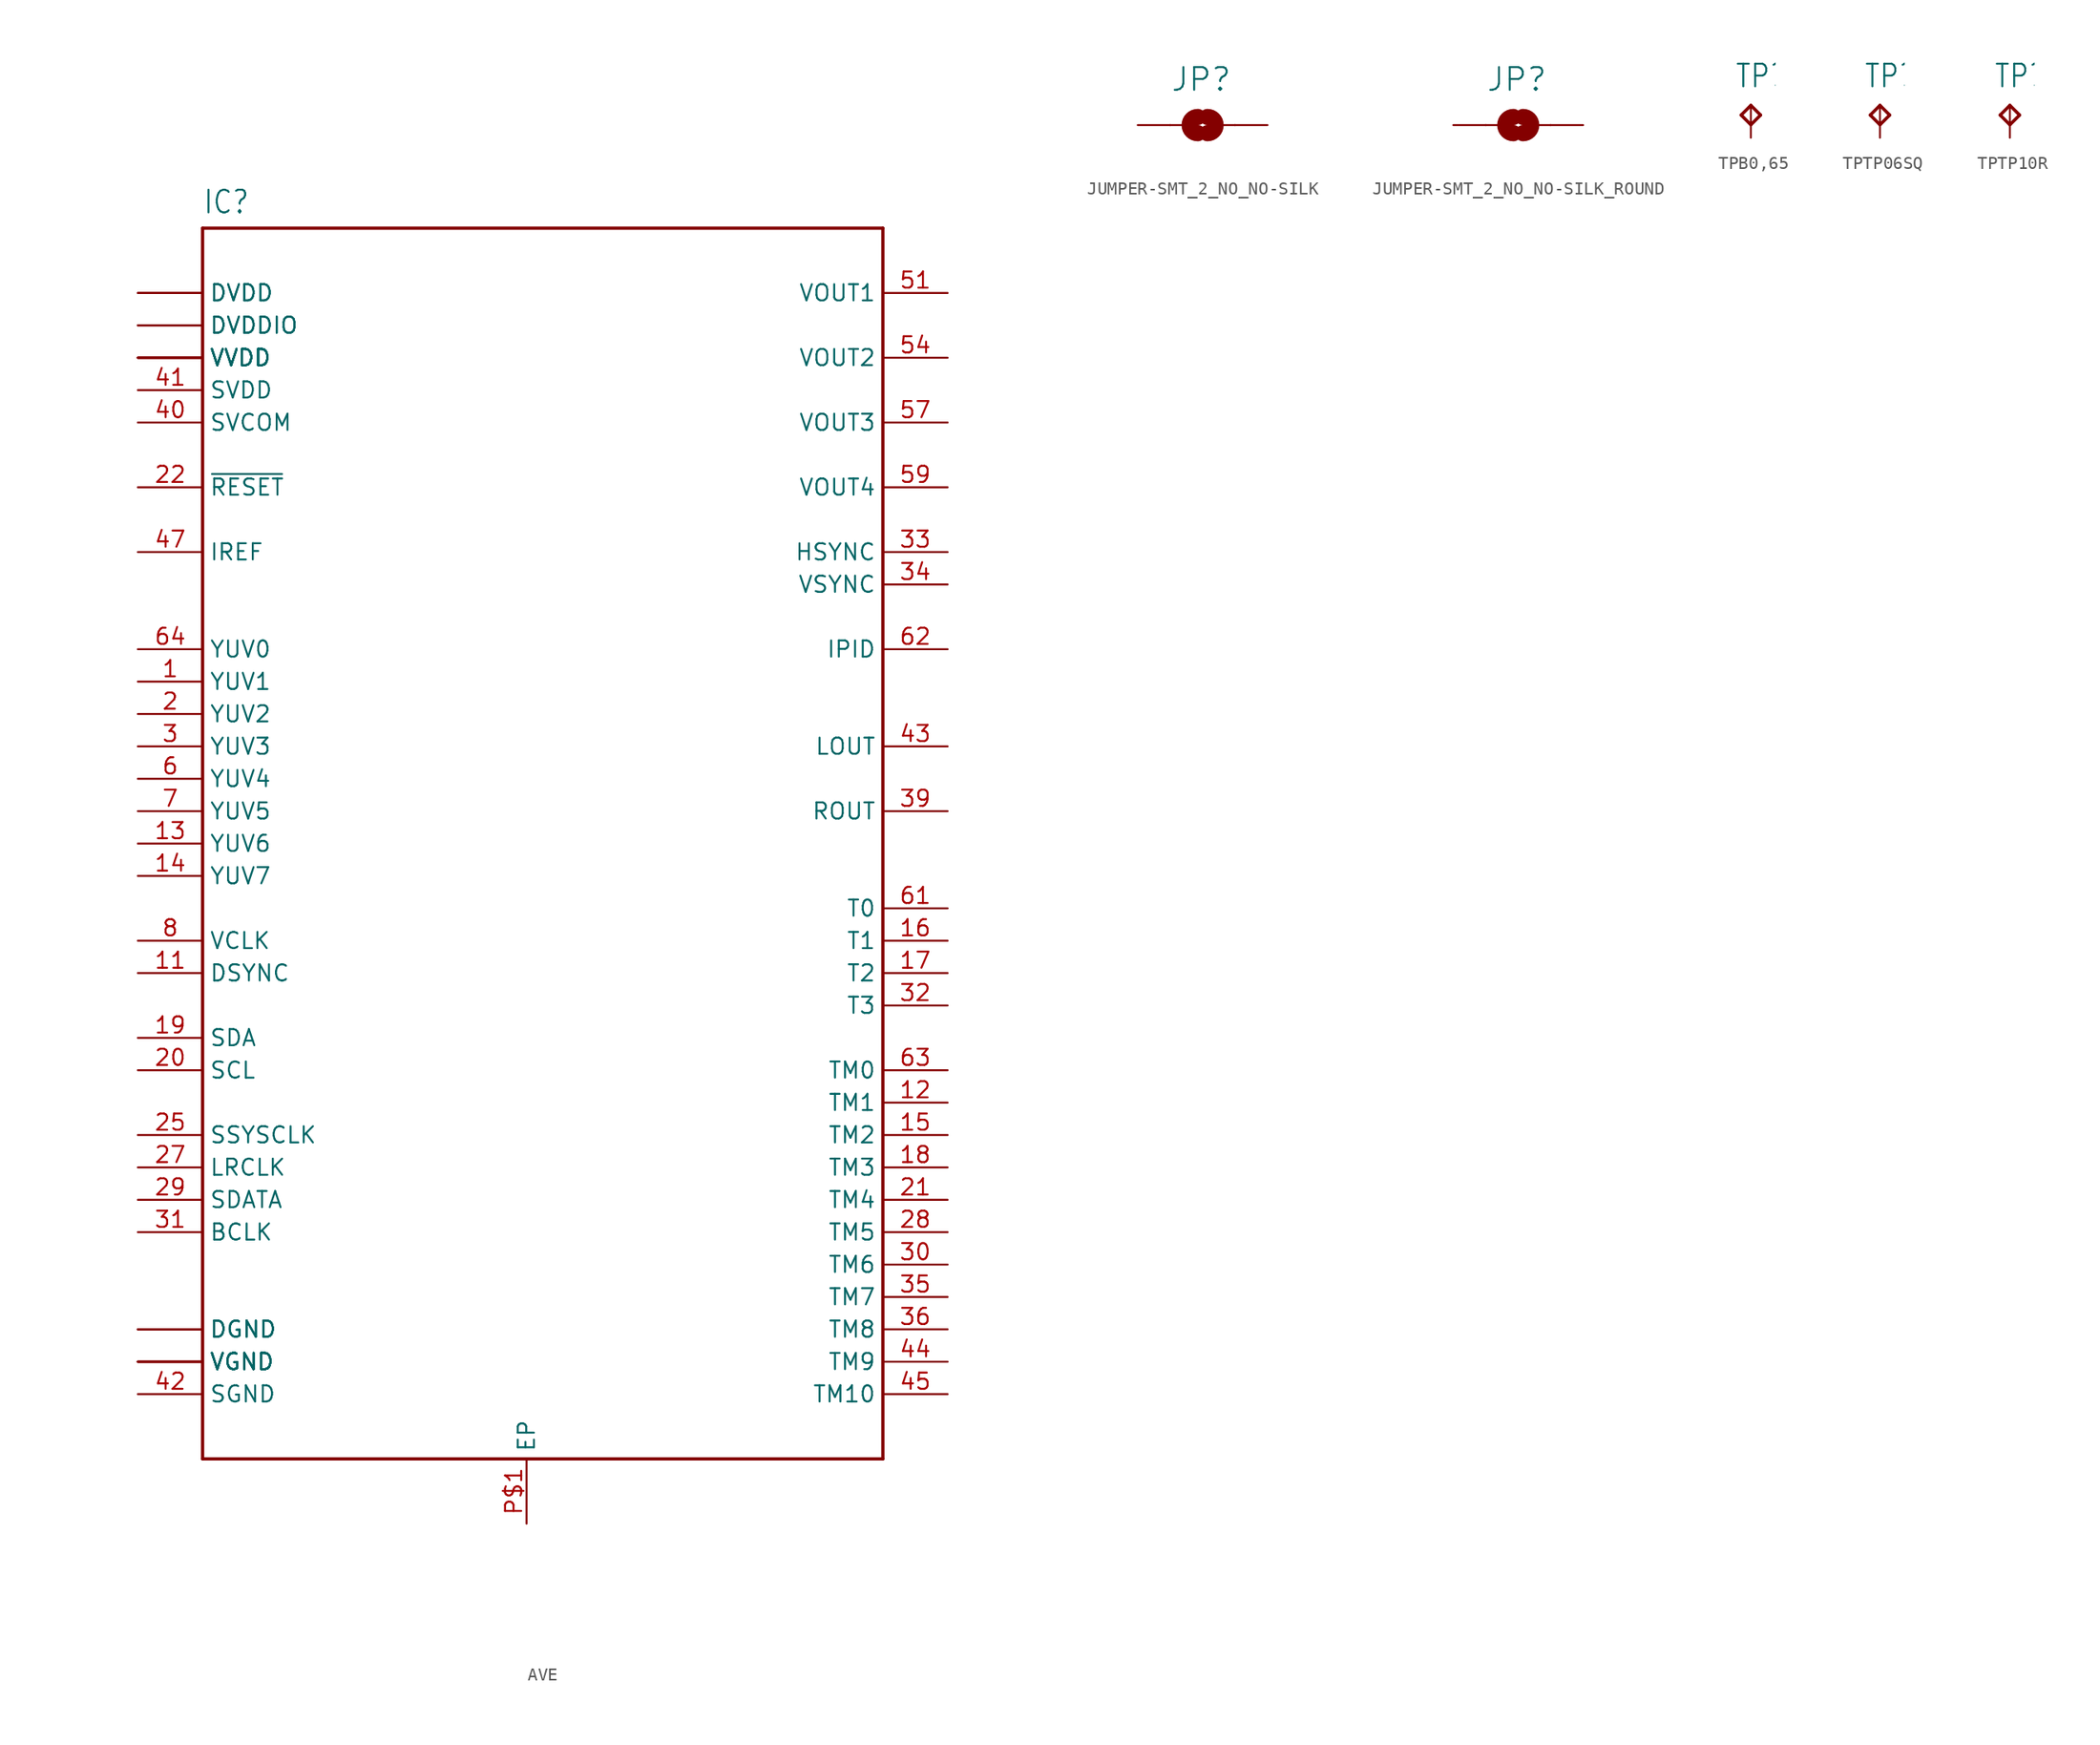
<source format=kicad_sym>
(kicad_symbol_lib
  (version 20231120)
  (generator "kicad_symbol_editor")
  (generator_version "8.99")
  (symbol "AVE"
    (property "Reference" "IC"
      (at -25.4 49.276 0)
      (effects (font (size 1.778 1.511)) (justify left bottom)))
    (property "Value" ""
      (at -25.908 -51.308 0)
      (effects (font (size 1.778 1.511)) (justify left bottom)))
    (property "ki_locked" ""
      (at 0 0 0)
      (effects (font (size 1.27 1.27))))
    (symbol "AVE_1_0"
      (polyline (pts (xy -25.4 -48.26) (xy -25.4 48.26)) (stroke (width 0.254) (type solid)) (fill (type none)))
      (polyline (pts (xy -25.4 48.26) (xy 27.94 48.26)) (stroke (width 0.254) (type solid)) (fill (type none)))
      (polyline (pts (xy 27.94 -48.26) (xy -25.4 -48.26)) (stroke (width 0.254) (type solid)) (fill (type none)))
      (polyline (pts (xy 27.94 48.26) (xy 27.94 -48.26)) (stroke (width 0.254) (type solid)) (fill (type none)))
      (pin bidirectional line (at -30.48 12.7 0) (length 5.08) (name "YUV1" (effects (font (size 1.27 1.27)))) (number "1" (effects (font (size 1.27 1.27)))))
      (pin bidirectional line (at -30.48 -38.1 0) (length 5.08) (name "DGND" (effects (font (size 1.27 1.27)))) (number "10" (effects (font (size 0 0)))))
      (pin bidirectional line (at -30.48 -10.16 0) (length 5.08) (name "DSYNC" (effects (font (size 1.27 1.27)))) (number "11" (effects (font (size 1.27 1.27)))))
      (pin bidirectional line (at 33.02 -20.32 180) (length 5.08) (name "TM1" (effects (font (size 1.27 1.27)))) (number "12" (effects (font (size 1.27 1.27)))))
      (pin bidirectional line (at -30.48 0 0) (length 5.08) (name "YUV6" (effects (font (size 1.27 1.27)))) (number "13" (effects (font (size 1.27 1.27)))))
      (pin bidirectional line (at -30.48 -2.54 0) (length 5.08) (name "YUV7" (effects (font (size 1.27 1.27)))) (number "14" (effects (font (size 1.27 1.27)))))
      (pin bidirectional line (at 33.02 -22.86 180) (length 5.08) (name "TM2" (effects (font (size 1.27 1.27)))) (number "15" (effects (font (size 1.27 1.27)))))
      (pin bidirectional line (at 33.02 -7.62 180) (length 5.08) (name "T1" (effects (font (size 1.27 1.27)))) (number "16" (effects (font (size 1.27 1.27)))))
      (pin bidirectional line (at 33.02 -10.16 180) (length 5.08) (name "T2" (effects (font (size 1.27 1.27)))) (number "17" (effects (font (size 1.27 1.27)))))
      (pin bidirectional line (at 33.02 -25.4 180) (length 5.08) (name "TM3" (effects (font (size 1.27 1.27)))) (number "18" (effects (font (size 1.27 1.27)))))
      (pin bidirectional line (at -30.48 -15.24 0) (length 5.08) (name "SDA" (effects (font (size 1.27 1.27)))) (number "19" (effects (font (size 1.27 1.27)))))
      (pin bidirectional line (at -30.48 10.16 0) (length 5.08) (name "YUV2" (effects (font (size 1.27 1.27)))) (number "2" (effects (font (size 1.27 1.27)))))
      (pin bidirectional line (at -30.48 -17.78 0) (length 5.08) (name "SCL" (effects (font (size 1.27 1.27)))) (number "20" (effects (font (size 1.27 1.27)))))
      (pin bidirectional line (at 33.02 -27.94 180) (length 5.08) (name "TM4" (effects (font (size 1.27 1.27)))) (number "21" (effects (font (size 1.27 1.27)))))
      (pin bidirectional line (at -30.48 27.94 0) (length 5.08) (name "~{RESET}" (effects (font (size 1.27 1.27)))) (number "22" (effects (font (size 1.27 1.27)))))
      (pin bidirectional line (at -30.48 43.18 0) (length 5.08) (name "DVDD" (effects (font (size 1.27 1.27)))) (number "23" (effects (font (size 0 0)))))
      (pin bidirectional line (at -30.48 -38.1 0) (length 5.08) (name "DGND" (effects (font (size 1.27 1.27)))) (number "24" (effects (font (size 0 0)))))
      (pin bidirectional line (at -30.48 -22.86 0) (length 5.08) (name "SSYSCLK" (effects (font (size 1.27 1.27)))) (number "25" (effects (font (size 1.27 1.27)))))
      (pin bidirectional line (at -30.48 40.64 0) (length 5.08) (name "DVDDIO" (effects (font (size 1.27 1.27)))) (number "26" (effects (font (size 0 0)))))
      (pin bidirectional line (at -30.48 -25.4 0) (length 5.08) (name "LRCLK" (effects (font (size 1.27 1.27)))) (number "27" (effects (font (size 1.27 1.27)))))
      (pin bidirectional line (at 33.02 -30.48 180) (length 5.08) (name "TM5" (effects (font (size 1.27 1.27)))) (number "28" (effects (font (size 1.27 1.27)))))
      (pin bidirectional line (at -30.48 -27.94 0) (length 5.08) (name "SDATA" (effects (font (size 1.27 1.27)))) (number "29" (effects (font (size 1.27 1.27)))))
      (pin bidirectional line (at -30.48 7.62 0) (length 5.08) (name "YUV3" (effects (font (size 1.27 1.27)))) (number "3" (effects (font (size 1.27 1.27)))))
      (pin bidirectional line (at 33.02 -33.02 180) (length 5.08) (name "TM6" (effects (font (size 1.27 1.27)))) (number "30" (effects (font (size 1.27 1.27)))))
      (pin bidirectional line (at -30.48 -30.48 0) (length 5.08) (name "BCLK" (effects (font (size 1.27 1.27)))) (number "31" (effects (font (size 1.27 1.27)))))
      (pin bidirectional line (at 33.02 -12.7 180) (length 5.08) (name "T3" (effects (font (size 1.27 1.27)))) (number "32" (effects (font (size 1.27 1.27)))))
      (pin bidirectional line (at 33.02 22.86 180) (length 5.08) (name "HSYNC" (effects (font (size 1.27 1.27)))) (number "33" (effects (font (size 1.27 1.27)))))
      (pin bidirectional line (at 33.02 20.32 180) (length 5.08) (name "VSYNC" (effects (font (size 1.27 1.27)))) (number "34" (effects (font (size 1.27 1.27)))))
      (pin bidirectional line (at 33.02 -35.56 180) (length 5.08) (name "TM7" (effects (font (size 1.27 1.27)))) (number "35" (effects (font (size 1.27 1.27)))))
      (pin bidirectional line (at 33.02 -38.1 180) (length 5.08) (name "TM8" (effects (font (size 1.27 1.27)))) (number "36" (effects (font (size 1.27 1.27)))))
      (pin bidirectional line (at -30.48 38.1 0) (length 5.08) (name "VVDD" (effects (font (size 1.27 1.27)))) (number "37" (effects (font (size 0 0)))))
      (pin bidirectional line (at -30.48 -40.64 0) (length 5.08) (name "VGND" (effects (font (size 1.27 1.27)))) (number "38" (effects (font (size 0 0)))))
      (pin bidirectional line (at 33.02 2.54 180) (length 5.08) (name "ROUT" (effects (font (size 1.27 1.27)))) (number "39" (effects (font (size 1.27 1.27)))))
      (pin bidirectional line (at -30.48 40.64 0) (length 5.08) (name "DVDDIO" (effects (font (size 1.27 1.27)))) (number "4" (effects (font (size 0 0)))))
      (pin bidirectional line (at -30.48 33.02 0) (length 5.08) (name "SVCOM" (effects (font (size 1.27 1.27)))) (number "40" (effects (font (size 1.27 1.27)))))
      (pin bidirectional line (at -30.48 35.56 0) (length 5.08) (name "SVDD" (effects (font (size 1.27 1.27)))) (number "41" (effects (font (size 1.27 1.27)))))
      (pin bidirectional line (at -30.48 -43.18 0) (length 5.08) (name "SGND" (effects (font (size 1.27 1.27)))) (number "42" (effects (font (size 1.27 1.27)))))
      (pin bidirectional line (at 33.02 7.62 180) (length 5.08) (name "LOUT" (effects (font (size 1.27 1.27)))) (number "43" (effects (font (size 1.27 1.27)))))
      (pin bidirectional line (at 33.02 -40.64 180) (length 5.08) (name "TM9" (effects (font (size 1.27 1.27)))) (number "44" (effects (font (size 1.27 1.27)))))
      (pin bidirectional line (at 33.02 -43.18 180) (length 5.08) (name "TM10" (effects (font (size 1.27 1.27)))) (number "45" (effects (font (size 1.27 1.27)))))
      (pin bidirectional line (at -30.48 38.1 0) (length 5.08) (name "VVDD" (effects (font (size 1.27 1.27)))) (number "46" (effects (font (size 0 0)))))
      (pin bidirectional line (at -30.48 22.86 0) (length 5.08) (name "IREF" (effects (font (size 1.27 1.27)))) (number "47" (effects (font (size 1.27 1.27)))))
      (pin bidirectional line (at -30.48 -40.64 0) (length 5.08) (name "VGND" (effects (font (size 1.27 1.27)))) (number "48" (effects (font (size 0 0)))))
      (pin bidirectional line (at -30.48 -40.64 0) (length 5.08) (name "VGND" (effects (font (size 1.27 1.27)))) (number "49" (effects (font (size 0 0)))))
      (pin bidirectional line (at -30.48 -38.1 0) (length 5.08) (name "DGND" (effects (font (size 1.27 1.27)))) (number "5" (effects (font (size 0 0)))))
      (pin bidirectional line (at -30.48 38.1 0) (length 5.08) (name "VVDD" (effects (font (size 1.27 1.27)))) (number "50" (effects (font (size 0 0)))))
      (pin bidirectional line (at 33.02 43.18 180) (length 5.08) (name "VOUT1" (effects (font (size 1.27 1.27)))) (number "51" (effects (font (size 1.27 1.27)))))
      (pin bidirectional line (at -30.48 -40.64 0) (length 5.08) (name "VGND" (effects (font (size 1.27 1.27)))) (number "52" (effects (font (size 0 0)))))
      (pin bidirectional line (at -30.48 38.1 0) (length 5.08) (name "VVDD" (effects (font (size 1.27 1.27)))) (number "53" (effects (font (size 0 0)))))
      (pin bidirectional line (at 33.02 38.1 180) (length 5.08) (name "VOUT2" (effects (font (size 1.27 1.27)))) (number "54" (effects (font (size 1.27 1.27)))))
      (pin bidirectional line (at -30.48 -40.64 0) (length 5.08) (name "VGND" (effects (font (size 1.27 1.27)))) (number "55" (effects (font (size 0 0)))))
      (pin bidirectional line (at -30.48 38.1 0) (length 5.08) (name "VVDD" (effects (font (size 1.27 1.27)))) (number "56" (effects (font (size 0 0)))))
      (pin bidirectional line (at 33.02 33.02 180) (length 5.08) (name "VOUT3" (effects (font (size 1.27 1.27)))) (number "57" (effects (font (size 1.27 1.27)))))
      (pin bidirectional line (at -30.48 -40.64 0) (length 5.08) (name "VGND" (effects (font (size 1.27 1.27)))) (number "58" (effects (font (size 0 0)))))
      (pin bidirectional line (at 33.02 27.94 180) (length 5.08) (name "VOUT4" (effects (font (size 1.27 1.27)))) (number "59" (effects (font (size 1.27 1.27)))))
      (pin bidirectional line (at -30.48 5.08 0) (length 5.08) (name "YUV4" (effects (font (size 1.27 1.27)))) (number "6" (effects (font (size 1.27 1.27)))))
      (pin bidirectional line (at -30.48 38.1 0) (length 5.08) (name "VVDD" (effects (font (size 1.27 1.27)))) (number "60" (effects (font (size 0 0)))))
      (pin bidirectional line (at 33.02 -5.08 180) (length 5.08) (name "T0" (effects (font (size 1.27 1.27)))) (number "61" (effects (font (size 1.27 1.27)))))
      (pin bidirectional line (at 33.02 15.24 180) (length 5.08) (name "IPID" (effects (font (size 1.27 1.27)))) (number "62" (effects (font (size 1.27 1.27)))))
      (pin bidirectional line (at 33.02 -17.78 180) (length 5.08) (name "TM0" (effects (font (size 1.27 1.27)))) (number "63" (effects (font (size 1.27 1.27)))))
      (pin bidirectional line (at -30.48 15.24 0) (length 5.08) (name "YUV0" (effects (font (size 1.27 1.27)))) (number "64" (effects (font (size 1.27 1.27)))))
      (pin bidirectional line (at -30.48 2.54 0) (length 5.08) (name "YUV5" (effects (font (size 1.27 1.27)))) (number "7" (effects (font (size 1.27 1.27)))))
      (pin bidirectional line (at -30.48 -7.62 0) (length 5.08) (name "VCLK" (effects (font (size 1.27 1.27)))) (number "8" (effects (font (size 1.27 1.27)))))
      (pin bidirectional line (at -30.48 43.18 0) (length 5.08) (name "DVDD" (effects (font (size 1.27 1.27)))) (number "9" (effects (font (size 0 0)))))
      (pin bidirectional line (at 0 -53.34 90) (length 5.08) (name "EP" (effects (font (size 1.27 1.27)))) (number "P$1" (effects (font (size 1.27 1.27)))))))
  (symbol "JUMPER-SMT_2_NO_NO-SILK"
    (property "Reference" "JP"
      (at -2.54 2.54 0)
      (effects (font (size 1.778 1.778)) (justify left bottom)))
    (property "Value" ""
      (at -2.54 -2.54 0)
      (effects (font (size 1.778 1.778)) (justify left top)))
    (property "ki_locked" ""
      (at 0 0 0)
      (effects (font (size 1.27 1.27))))
    (symbol "JUMPER-SMT_2_NO_NO-SILK_1_0"
      (arc (start -0.3808 0.635) (mid -1.0159 0.0001) (end -0.381 -0.635) (stroke (width 1.27) (type solid)) (fill (type none)))
      (polyline (pts (xy -2.54 0) (xy -1.651 0)) (stroke (width 0.152) (type solid)) (fill (type none)))
      (polyline (pts (xy 2.54 0) (xy 1.651 0)) (stroke (width 0.152) (type solid)) (fill (type none)))
      (arc (start 0.3808 -0.635) (mid 1.0159 -0.0001) (end 0.381 0.635) (stroke (width 1.27) (type solid)) (fill (type none)))
      (pin passive line (at -5.08 0 0) (length 2.54) (name "1" (effects (font (size 0 0)))) (number "1" (effects (font (size 0 0)))))
      (pin passive line (at 5.08 0 180) (length 2.54) (name "2" (effects (font (size 0 0)))) (number "2" (effects (font (size 0 0)))))))
  (symbol "JUMPER-SMT_2_NO_NO-SILK_ROUND"
    (property "Reference" "JP"
      (at -2.54 2.54 0)
      (effects (font (size 1.778 1.778)) (justify left bottom)))
    (property "Value" ""
      (at -2.54 -2.54 0)
      (effects (font (size 1.778 1.778)) (justify left top)))
    (property "ki_locked" ""
      (at 0 0 0)
      (effects (font (size 1.27 1.27))))
    (symbol "JUMPER-SMT_2_NO_NO-SILK_ROUND_1_0"
      (arc (start -0.3808 0.635) (mid -1.0159 0.0001) (end -0.381 -0.635) (stroke (width 1.27) (type solid)) (fill (type none)))
      (polyline (pts (xy -2.54 0) (xy -1.651 0)) (stroke (width 0.152) (type solid)) (fill (type none)))
      (polyline (pts (xy 2.54 0) (xy 1.651 0)) (stroke (width 0.152) (type solid)) (fill (type none)))
      (arc (start 0.3808 -0.635) (mid 1.0159 -0.0001) (end 0.381 0.635) (stroke (width 1.27) (type solid)) (fill (type none)))
      (pin passive line (at -5.08 0 0) (length 2.54) (name "1" (effects (font (size 0 0)))) (number "1" (effects (font (size 0 0)))))
      (pin passive line (at 5.08 0 180) (length 2.54) (name "2" (effects (font (size 0 0)))) (number "2" (effects (font (size 0 0)))))))
  (symbol "TPB0,65"
    (property "Reference" "TP"
      (at -1.27 1.27 0)
      (effects (font (size 1.778 1.511)) (justify left bottom)))
    (property "ki_locked" ""
      (at 0 0 0)
      (effects (font (size 1.27 1.27))))
    (symbol "TPB0,65_1_0"
      (polyline (pts (xy -0.762 -0.762) (xy 0 0)) (stroke (width 0.254) (type solid)) (fill (type none)))
      (polyline (pts (xy 0 -1.524) (xy -0.762 -0.762)) (stroke (width 0.254) (type solid)) (fill (type none)))
      (polyline (pts (xy 0 0) (xy 0.762 -0.762)) (stroke (width 0.254) (type solid)) (fill (type none)))
      (polyline (pts (xy 0.762 -0.762) (xy 0 -1.524)) (stroke (width 0.254) (type solid)) (fill (type none)))
      (pin input line (at 0 -2.54 90) (length 2.54) (name "TP" (effects (font (size 0 0)))) (number "TP" (effects (font (size 0 0)))))))
  (symbol "TPTP06SQ"
    (property "Reference" "TP"
      (at -1.27 1.27 0)
      (effects (font (size 1.778 1.511)) (justify left bottom)))
    (property "ki_locked" ""
      (at 0 0 0)
      (effects (font (size 1.27 1.27))))
    (symbol "TPTP06SQ_1_0"
      (polyline (pts (xy -0.762 -0.762) (xy 0 0)) (stroke (width 0.254) (type solid)) (fill (type none)))
      (polyline (pts (xy 0 -1.524) (xy -0.762 -0.762)) (stroke (width 0.254) (type solid)) (fill (type none)))
      (polyline (pts (xy 0 0) (xy 0.762 -0.762)) (stroke (width 0.254) (type solid)) (fill (type none)))
      (polyline (pts (xy 0.762 -0.762) (xy 0 -1.524)) (stroke (width 0.254) (type solid)) (fill (type none)))
      (pin input line (at 0 -2.54 90) (length 2.54) (name "TP" (effects (font (size 0 0)))) (number "TP" (effects (font (size 0 0)))))))
  (symbol "TPTP10R"
    (property "Reference" "TP"
      (at -1.27 1.27 0)
      (effects (font (size 1.778 1.511)) (justify left bottom)))
    (property "ki_locked" ""
      (at 0 0 0)
      (effects (font (size 1.27 1.27))))
    (symbol "TPTP10R_1_0"
      (polyline (pts (xy -0.762 -0.762) (xy 0 0)) (stroke (width 0.254) (type solid)) (fill (type none)))
      (polyline (pts (xy 0 -1.524) (xy -0.762 -0.762)) (stroke (width 0.254) (type solid)) (fill (type none)))
      (polyline (pts (xy 0 0) (xy 0.762 -0.762)) (stroke (width 0.254) (type solid)) (fill (type none)))
      (polyline (pts (xy 0.762 -0.762) (xy 0 -1.524)) (stroke (width 0.254) (type solid)) (fill (type none)))
      (pin input line (at 0 -2.54 90) (length 2.54) (name "TP" (effects (font (size 0 0)))) (number "TP" (effects (font (size 0 0))))))))
</source>
